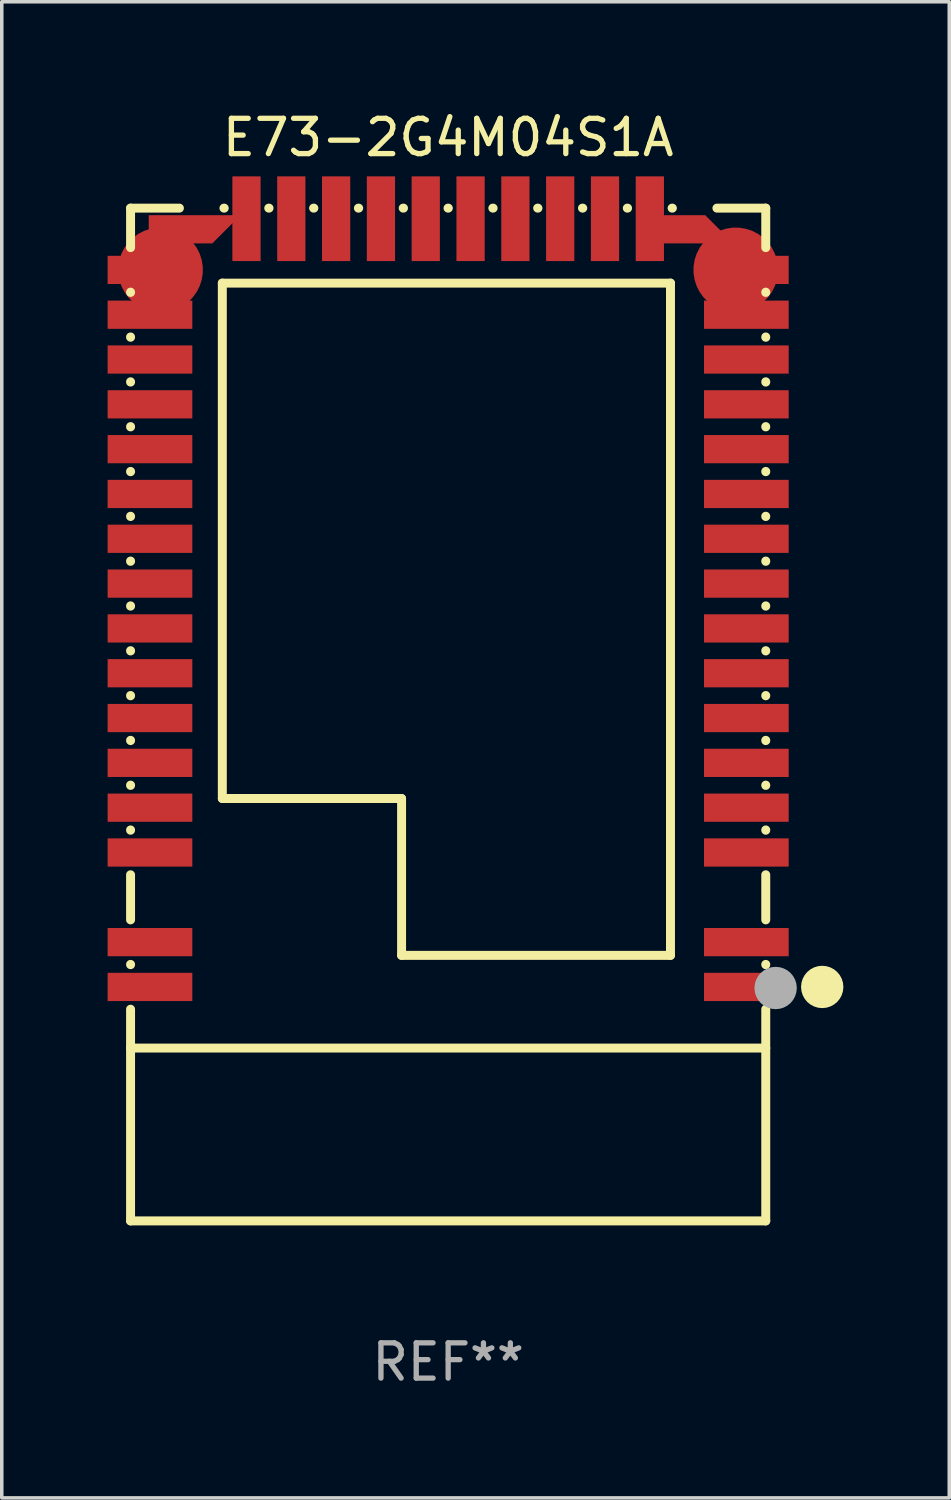
<source format=kicad_pcb>
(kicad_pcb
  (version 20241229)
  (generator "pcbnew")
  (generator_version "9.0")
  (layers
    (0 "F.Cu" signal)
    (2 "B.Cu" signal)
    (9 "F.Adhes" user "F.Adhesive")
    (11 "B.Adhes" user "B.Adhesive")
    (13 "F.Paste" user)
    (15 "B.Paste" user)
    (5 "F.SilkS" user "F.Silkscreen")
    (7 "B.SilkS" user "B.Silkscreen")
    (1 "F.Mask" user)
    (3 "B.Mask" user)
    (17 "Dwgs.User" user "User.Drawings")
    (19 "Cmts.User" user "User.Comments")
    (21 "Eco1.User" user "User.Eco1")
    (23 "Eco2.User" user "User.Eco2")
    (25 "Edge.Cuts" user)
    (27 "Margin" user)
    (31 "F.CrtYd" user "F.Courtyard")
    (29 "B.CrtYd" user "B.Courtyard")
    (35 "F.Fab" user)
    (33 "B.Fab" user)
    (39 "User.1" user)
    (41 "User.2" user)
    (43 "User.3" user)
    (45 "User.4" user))
  (footprint "E73-2G4M04S1A"
    (layer "F.Cu")
    (at 9.65 17.198)
    (property "Reference" "E73-2G4M04S1A" (at 0 -16.35 0) (layer "F.SilkS") (effects (font (size 1 1) (thickness 0.15))))
    (attr through_hole)
    (fp_line (start -9 -14.35) (end -9 -13.231) (stroke (width 0.254) (type solid)) (layer "F.SilkS"))
    (fp_line (start -9 -11.969) (end -9 -11.961) (stroke (width 0.254) (type solid)) (layer "F.SilkS"))
    (fp_line (start -9 -10.699) (end -9 -10.691) (stroke (width 0.254) (type solid)) (layer "F.SilkS"))
    (fp_line (start -9 -9.429) (end -9 -9.421) (stroke (width 0.254) (type solid)) (layer "F.SilkS"))
    (fp_line (start -9 -8.159) (end -9 -8.151) (stroke (width 0.254) (type solid)) (layer "F.SilkS"))
    (fp_line (start -9 -6.889) (end -9 -6.881) (stroke (width 0.254) (type solid)) (layer "F.SilkS"))
    (fp_line (start -9 -5.619) (end -9 -5.611) (stroke (width 0.254) (type solid)) (layer "F.SilkS"))
    (fp_line (start -9 -4.349) (end -9 -4.341) (stroke (width 0.254) (type solid)) (layer "F.SilkS"))
    (fp_line (start -9 -3.079) (end -9 -3.071) (stroke (width 0.254) (type solid)) (layer "F.SilkS"))
    (fp_line (start -9 -1.809) (end -9 -1.801) (stroke (width 0.254) (type solid)) (layer "F.SilkS"))
    (fp_line (start -9 -0.539) (end -9 -0.531) (stroke (width 0.254) (type solid)) (layer "F.SilkS"))
    (fp_line (start -9 0.731) (end -9 0.739) (stroke (width 0.254) (type solid)) (layer "F.SilkS"))
    (fp_line (start -9 2.001) (end -9 2.009) (stroke (width 0.254) (type solid)) (layer "F.SilkS"))
    (fp_line (start -9 3.271) (end -9 3.279) (stroke (width 0.254) (type solid)) (layer "F.SilkS"))
    (fp_line (start -9 4.541) (end -9 5.819) (stroke (width 0.254) (type solid)) (layer "F.SilkS"))
    (fp_line (start -9 7.081) (end -9 7.089) (stroke (width 0.254) (type solid)) (layer "F.SilkS"))
    (fp_line (start -9 8.351) (end -9 14.35) (stroke (width 0.254) (type solid)) (layer "F.SilkS"))
    (fp_line (start -9 9.452) (end 9 9.452) (stroke (width 0.254) (type solid)) (layer "F.SilkS"))
    (fp_line (start -9 14.35) (end 9 14.35) (stroke (width 0.254) (type solid)) (layer "F.SilkS"))
    (fp_line (start -7.616 -14.35) (end -9 -14.35) (stroke (width 0.254) (type solid)) (layer "F.SilkS"))
    (fp_line (start -6.4 -12.225) (end 6.3 -12.225) (stroke (width 0.254) (type solid)) (layer "F.SilkS"))
    (fp_line (start -6.4 2.38) (end -6.4 -12.225) (stroke (width 0.254) (type solid)) (layer "F.SilkS"))
    (fp_line (start -6.346 -14.35) (end -6.354 -14.35) (stroke (width 0.254) (type solid)) (layer "F.SilkS"))
    (fp_line (start -5.076 -14.35) (end -5.084 -14.35) (stroke (width 0.254) (type solid)) (layer "F.SilkS"))
    (fp_line (start -3.806 -14.35) (end -3.814 -14.35) (stroke (width 0.254) (type solid)) (layer "F.SilkS"))
    (fp_line (start -2.536 -14.35) (end -2.544 -14.35) (stroke (width 0.254) (type solid)) (layer "F.SilkS"))
    (fp_line (start -1.32 2.38) (end -6.4 2.38) (stroke (width 0.254) (type solid)) (layer "F.SilkS"))
    (fp_line (start -1.32 6.825) (end -1.32 2.38) (stroke (width 0.254) (type solid)) (layer "F.SilkS"))
    (fp_line (start -1.266 -14.35) (end -1.274 -14.35) (stroke (width 0.254) (type solid)) (layer "F.SilkS"))
    (fp_line (start 0.004 -14.35) (end -0.004 -14.35) (stroke (width 0.254) (type solid)) (layer "F.SilkS"))
    (fp_line (start 1.274 -14.35) (end 1.266 -14.35) (stroke (width 0.254) (type solid)) (layer "F.SilkS"))
    (fp_line (start 2.544 -14.35) (end 2.536 -14.35) (stroke (width 0.254) (type solid)) (layer "F.SilkS"))
    (fp_line (start 3.814 -14.35) (end 3.806 -14.35) (stroke (width 0.254) (type solid)) (layer "F.SilkS"))
    (fp_line (start 5.084 -14.35) (end 5.076 -14.35) (stroke (width 0.254) (type solid)) (layer "F.SilkS"))
    (fp_line (start 6.3 -12.225) (end 6.3 6.825) (stroke (width 0.254) (type solid)) (layer "F.SilkS"))
    (fp_line (start 6.3 6.825) (end -1.32 6.825) (stroke (width 0.254) (type solid)) (layer "F.SilkS"))
    (fp_line (start 6.354 -14.35) (end 6.346 -14.35) (stroke (width 0.254) (type solid)) (layer "F.SilkS"))
    (fp_line (start 9 -14.35) (end 7.616 -14.35) (stroke (width 0.254) (type solid)) (layer "F.SilkS"))
    (fp_line (start 9 -13.231) (end 9 -14.35) (stroke (width 0.254) (type solid)) (layer "F.SilkS"))
    (fp_line (start 9 -11.961) (end 9 -11.969) (stroke (width 0.254) (type solid)) (layer "F.SilkS"))
    (fp_line (start 9 -10.691) (end 9 -10.699) (stroke (width 0.254) (type solid)) (layer "F.SilkS"))
    (fp_line (start 9 -9.421) (end 9 -9.429) (stroke (width 0.254) (type solid)) (layer "F.SilkS"))
    (fp_line (start 9 -8.151) (end 9 -8.159) (stroke (width 0.254) (type solid)) (layer "F.SilkS"))
    (fp_line (start 9 -6.881) (end 9 -6.889) (stroke (width 0.254) (type solid)) (layer "F.SilkS"))
    (fp_line (start 9 -5.611) (end 9 -5.619) (stroke (width 0.254) (type solid)) (layer "F.SilkS"))
    (fp_line (start 9 -4.341) (end 9 -4.349) (stroke (width 0.254) (type solid)) (layer "F.SilkS"))
    (fp_line (start 9 -3.071) (end 9 -3.079) (stroke (width 0.254) (type solid)) (layer "F.SilkS"))
    (fp_line (start 9 -1.801) (end 9 -1.809) (stroke (width 0.254) (type solid)) (layer "F.SilkS"))
    (fp_line (start 9 -0.531) (end 9 -0.539) (stroke (width 0.254) (type solid)) (layer "F.SilkS"))
    (fp_line (start 9 0.739) (end 9 0.731) (stroke (width 0.254) (type solid)) (layer "F.SilkS"))
    (fp_line (start 9 2.009) (end 9 2.001) (stroke (width 0.254) (type solid)) (layer "F.SilkS"))
    (fp_line (start 9 3.279) (end 9 3.271) (stroke (width 0.254) (type solid)) (layer "F.SilkS"))
    (fp_line (start 9 5.819) (end 9 4.541) (stroke (width 0.254) (type solid)) (layer "F.SilkS"))
    (fp_line (start 9 7.089) (end 9 7.081) (stroke (width 0.254) (type solid)) (layer "F.SilkS"))
    (fp_line (start 9 14.35) (end 9 8.351) (stroke (width 0.254) (type solid)) (layer "F.SilkS"))
    (fp_circle (center 8.75 14.35) (end 8.78 14.35) (stroke (width 0.06) (type solid)) (fill no) (layer "F.SilkS"))
    (fp_circle (center 10.6 7.72) (end 10.9 7.72) (stroke (width 0.6) (type solid)) (fill no) (layer "F.SilkS"))
    (fp_circle (center 9.28 7.75) (end 9.58 7.75) (stroke (width 0.6) (type solid)) (fill no) (layer "F.Fab"))
    (fp_text user "REF**" (at 0 18.35 0) (layer "F.Fab") (effects (font (size 1 1) (thickness 0.15))))
    (pad "0" smd rect (at 8.45 7.72) (size 2.4 0.8) (layers "F.Cu" "F.Mask" "F.Paste"))
    (pad "1" smd rect (at 8.45 6.45) (size 2.4 0.8) (layers "F.Cu" "F.Mask" "F.Paste"))
    (pad "2" smd rect (at 8.45 3.91) (size 2.4 0.8) (layers "F.Cu" "F.Mask" "F.Paste"))
    (pad "3" smd rect (at 8.45 2.64) (size 2.4 0.8) (layers "F.Cu" "F.Mask" "F.Paste"))
    (pad "4" smd rect (at 8.45 1.37) (size 2.4 0.8) (layers "F.Cu" "F.Mask" "F.Paste"))
    (pad "5" smd rect (at 8.45 0.1) (size 2.4 0.8) (layers "F.Cu" "F.Mask" "F.Paste"))
    (pad "6" smd rect (at 8.45 -1.17) (size 2.4 0.8) (layers "F.Cu" "F.Mask" "F.Paste"))
    (pad "7" smd rect (at 8.45 -2.44) (size 2.4 0.8) (layers "F.Cu" "F.Mask" "F.Paste"))
    (pad "8" smd rect (at 8.45 -3.71) (size 2.4 0.8) (layers "F.Cu" "F.Mask" "F.Paste"))
    (pad "9" smd rect (at 8.45 -4.98) (size 2.4 0.8) (layers "F.Cu" "F.Mask" "F.Paste"))
    (pad "10" smd rect (at 8.45 -6.25) (size 2.4 0.8) (layers "F.Cu" "F.Mask" "F.Paste"))
    (pad "11" smd rect (at 8.45 -7.52) (size 2.4 0.8) (layers "F.Cu" "F.Mask" "F.Paste"))
    (pad "12" smd rect (at 8.45 -8.79) (size 2.4 0.8) (layers "F.Cu" "F.Mask" "F.Paste"))
    (pad "13" smd rect (at 8.45 -10.06) (size 2.4 0.8) (layers "F.Cu" "F.Mask" "F.Paste"))
    (pad "14" smd rect (at 8.45 -11.33) (size 2.4 0.8) (layers "F.Cu" "F.Mask" "F.Paste"))
    (pad "15" smd custom (at 8.15 -12.6) (size 2.4 0.8) (layers "F.Cu" "F.Mask" "F.Paste") (options (anchor circle)) (primitives (gr_poly (pts (xy -0.3 -0.4) (xy 1.5 -0.4) (xy 1.5 0.4) (xy -0.9 0.4) (xy -0.9 0.2)) (width 0) (fill yes))))
    (pad "16" smd custom (at 6.985 -13.75 90) (size 0.8 2.4) (layers "F.Cu" "F.Mask" "F.Paste") (options (anchor circle)) (primitives (gr_poly (pts (xy 0.4 0.3) (xy 0.4 -1.5) (xy -0.4 -1.5) (xy -0.4 0.9) (xy -0.2 0.9)) (width 0) (fill yes))))
    (pad "17" smd rect (at 5.715 -14.05) (size 0.8 2.4) (layers "F.Cu" "F.Mask" "F.Paste"))
    (pad "18" smd rect (at 4.445 -14.05) (size 0.8 2.4) (layers "F.Cu" "F.Mask" "F.Paste"))
    (pad "19" smd rect (at 3.175 -14.05) (size 0.8 2.4) (layers "F.Cu" "F.Mask" "F.Paste"))
    (pad "20" smd rect (at 1.905 -14.05) (size 0.8 2.4) (layers "F.Cu" "F.Mask" "F.Paste"))
    (pad "21" smd rect (at 0.635 -14.05) (size 0.8 2.4) (layers "F.Cu" "F.Mask" "F.Paste"))
    (pad "22" smd rect (at -0.635 -14.05) (size 0.8 2.4) (layers "F.Cu" "F.Mask" "F.Paste"))
    (pad "23" smd rect (at -1.905 -14.05) (size 0.8 2.4) (layers "F.Cu" "F.Mask" "F.Paste"))
    (pad "24" smd rect (at -3.175 -14.05) (size 0.8 2.4) (layers "F.Cu" "F.Mask" "F.Paste"))
    (pad "25" smd rect (at -4.445 -14.05) (size 0.8 2.4) (layers "F.Cu" "F.Mask" "F.Paste"))
    (pad "26" smd rect (at -5.715 -14.05) (size 0.8 2.4) (layers "F.Cu" "F.Mask" "F.Paste"))
    (pad "27" smd custom (at -6.985 -13.75 90) (size 0.8 2.4) (layers "F.Cu" "F.Mask" "F.Paste") (options (anchor circle)) (primitives (gr_poly (pts (xy -0.4 0.3) (xy -0.4 -1.5) (xy 0.4 -1.5) (xy 0.4 0.9) (xy 0.2 0.9)) (width 0) (fill yes))))
    (pad "28" smd custom (at -8.15 -12.6) (size 2.4 0.8) (layers "F.Cu" "F.Mask" "F.Paste") (options (anchor circle)) (primitives (gr_poly (pts (xy 0.3 -0.4) (xy -1.5 -0.4) (xy -1.5 0.4) (xy 0.9 0.4) (xy 0.9 0.2)) (width 0) (fill yes))))
    (pad "29" smd rect (at -8.45 -11.33) (size 2.4 0.8) (layers "F.Cu" "F.Mask" "F.Paste"))
    (pad "30" smd rect (at -8.45 -10.06) (size 2.4 0.8) (layers "F.Cu" "F.Mask" "F.Paste"))
    (pad "31" smd rect (at -8.45 -8.79) (size 2.4 0.8) (layers "F.Cu" "F.Mask" "F.Paste"))
    (pad "32" smd rect (at -8.45 -7.52) (size 2.4 0.8) (layers "F.Cu" "F.Mask" "F.Paste"))
    (pad "33" smd rect (at -8.45 -6.25) (size 2.4 0.8) (layers "F.Cu" "F.Mask" "F.Paste"))
    (pad "34" smd rect (at -8.45 -4.98) (size 2.4 0.8) (layers "F.Cu" "F.Mask" "F.Paste"))
    (pad "35" smd rect (at -8.45 -3.71) (size 2.4 0.8) (layers "F.Cu" "F.Mask" "F.Paste"))
    (pad "36" smd rect (at -8.45 -2.44) (size 2.4 0.8) (layers "F.Cu" "F.Mask" "F.Paste"))
    (pad "37" smd rect (at -8.45 -1.17) (size 2.4 0.8) (layers "F.Cu" "F.Mask" "F.Paste"))
    (pad "38" smd rect (at -8.45 0.1) (size 2.4 0.8) (layers "F.Cu" "F.Mask" "F.Paste"))
    (pad "39" smd rect (at -8.45 1.37) (size 2.4 0.8) (layers "F.Cu" "F.Mask" "F.Paste"))
    (pad "40" smd rect (at -8.45 2.64) (size 2.4 0.8) (layers "F.Cu" "F.Mask" "F.Paste"))
    (pad "41" smd rect (at -8.45 3.91) (size 2.4 0.8) (layers "F.Cu" "F.Mask" "F.Paste"))
    (pad "42" smd rect (at -8.45 6.45) (size 2.4 0.8) (layers "F.Cu" "F.Mask" "F.Paste"))
    (pad "43" smd rect (at -8.45 7.72) (size 2.4 0.8) (layers "F.Cu" "F.Mask" "F.Paste")))
  (gr_rect
    (start -3 -3)
    (end 23.85 39.397)
    (stroke (width 0.1) (type default))
    (fill no)
    (layer "Edge.Cuts")))
</source>
